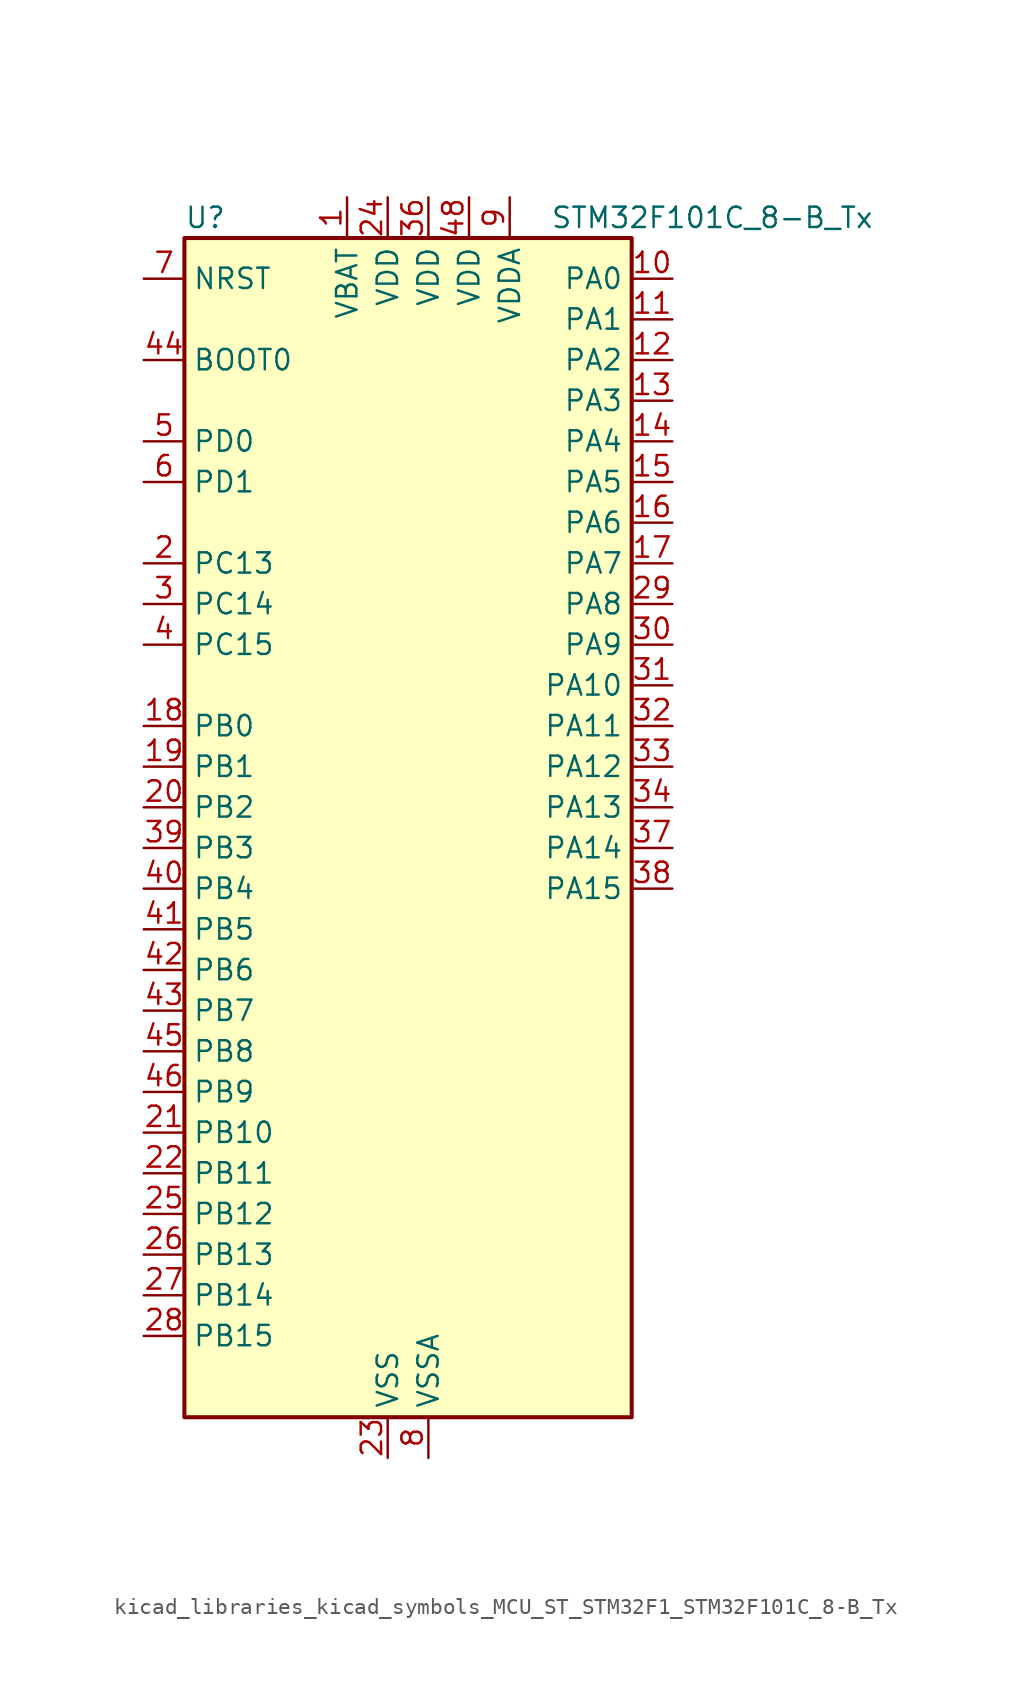
<source format=kicad_sym>
(kicad_symbol_lib
  (version 20220914)
  (generator kicad_symbol_editor)
  (symbol "kicad_libraries_kicad_symbols_MCU_ST_STM32F1_STM32F101C_8-B_Tx"
    (property "Reference" "U"
      (at -12.7 39.37 0)
      (effects (font (size 1.27 1.27)) (justify left)))
    (property "Value" "STM32F101C_8-B_Tx"
      (at 10.16 39.37 0)
      (effects (font (size 1.27 1.27)) (justify left)))
    (property "ki_locked" ""
      (at 0 0 0)
      (effects (font (size 1.27 1.27))))
    (symbol "kicad_libraries_kicad_symbols_MCU_ST_STM32F1_STM32F101C_8-B_Tx_0_1"
      (rectangle (start -12.7 -35.56) (end 15.24 38.1) (stroke (width 0.254) (type default)) (fill (type background))))
    (symbol "kicad_libraries_kicad_symbols_MCU_ST_STM32F1_STM32F101C_8-B_Tx_1_1"
      (pin power_in line (at -2.54 40.64 270) (length 2.54) (name "VBAT" (effects (font (size 1.27 1.27)))) (number "1" (effects (font (size 1.27 1.27)))))
      (pin bidirectional line (at 17.78 35.56 180) (length 2.54) (name "PA0" (effects (font (size 1.27 1.27)))) (number "10" (effects (font (size 1.27 1.27)))) (alternate "ADC1_IN0" bidirectional line) (alternate "SYS_WKUP" bidirectional line) (alternate "TIM2_CH1" bidirectional line) (alternate "TIM2_ETR" bidirectional line) (alternate "USART2_CTS" bidirectional line))
      (pin bidirectional line (at 17.78 33.02 180) (length 2.54) (name "PA1" (effects (font (size 1.27 1.27)))) (number "11" (effects (font (size 1.27 1.27)))) (alternate "ADC1_IN1" bidirectional line) (alternate "TIM2_CH2" bidirectional line) (alternate "USART2_RTS" bidirectional line))
      (pin bidirectional line (at 17.78 30.48 180) (length 2.54) (name "PA2" (effects (font (size 1.27 1.27)))) (number "12" (effects (font (size 1.27 1.27)))) (alternate "ADC1_IN2" bidirectional line) (alternate "TIM2_CH3" bidirectional line) (alternate "USART2_TX" bidirectional line))
      (pin bidirectional line (at 17.78 27.94 180) (length 2.54) (name "PA3" (effects (font (size 1.27 1.27)))) (number "13" (effects (font (size 1.27 1.27)))) (alternate "ADC1_IN3" bidirectional line) (alternate "TIM2_CH4" bidirectional line) (alternate "USART2_RX" bidirectional line))
      (pin bidirectional line (at 17.78 25.4 180) (length 2.54) (name "PA4" (effects (font (size 1.27 1.27)))) (number "14" (effects (font (size 1.27 1.27)))) (alternate "ADC1_IN4" bidirectional line) (alternate "SPI1_NSS" bidirectional line) (alternate "USART2_CK" bidirectional line))
      (pin bidirectional line (at 17.78 22.86 180) (length 2.54) (name "PA5" (effects (font (size 1.27 1.27)))) (number "15" (effects (font (size 1.27 1.27)))) (alternate "ADC1_IN5" bidirectional line) (alternate "SPI1_SCK" bidirectional line))
      (pin bidirectional line (at 17.78 20.32 180) (length 2.54) (name "PA6" (effects (font (size 1.27 1.27)))) (number "16" (effects (font (size 1.27 1.27)))) (alternate "ADC1_IN6" bidirectional line) (alternate "SPI1_MISO" bidirectional line) (alternate "TIM3_CH1" bidirectional line))
      (pin bidirectional line (at 17.78 17.78 180) (length 2.54) (name "PA7" (effects (font (size 1.27 1.27)))) (number "17" (effects (font (size 1.27 1.27)))) (alternate "ADC1_IN7" bidirectional line) (alternate "SPI1_MOSI" bidirectional line) (alternate "TIM3_CH2" bidirectional line))
      (pin bidirectional line (at -15.24 7.62 0) (length 2.54) (name "PB0" (effects (font (size 1.27 1.27)))) (number "18" (effects (font (size 1.27 1.27)))) (alternate "ADC1_IN8" bidirectional line) (alternate "TIM3_CH3" bidirectional line))
      (pin bidirectional line (at -15.24 5.08 0) (length 2.54) (name "PB1" (effects (font (size 1.27 1.27)))) (number "19" (effects (font (size 1.27 1.27)))) (alternate "ADC1_IN9" bidirectional line) (alternate "TIM3_CH4" bidirectional line))
      (pin bidirectional line (at -15.24 17.78 0) (length 2.54) (name "PC13" (effects (font (size 1.27 1.27)))) (number "2" (effects (font (size 1.27 1.27)))) (alternate "RTC_OUT" bidirectional line) (alternate "RTC_TAMPER" bidirectional line))
      (pin bidirectional line (at -15.24 2.54 0) (length 2.54) (name "PB2" (effects (font (size 1.27 1.27)))) (number "20" (effects (font (size 1.27 1.27)))))
      (pin bidirectional line (at -15.24 -17.78 0) (length 2.54) (name "PB10" (effects (font (size 1.27 1.27)))) (number "21" (effects (font (size 1.27 1.27)))) (alternate "I2C2_SCL" bidirectional line) (alternate "TIM2_CH3" bidirectional line) (alternate "USART3_TX" bidirectional line))
      (pin bidirectional line (at -15.24 -20.32 0) (length 2.54) (name "PB11" (effects (font (size 1.27 1.27)))) (number "22" (effects (font (size 1.27 1.27)))) (alternate "ADC1_EXTI11" bidirectional line) (alternate "I2C2_SDA" bidirectional line) (alternate "TIM2_CH4" bidirectional line) (alternate "USART3_RX" bidirectional line))
      (pin power_in line (at 0 -38.1 90) (length 2.54) (name "VSS" (effects (font (size 1.27 1.27)))) (number "23" (effects (font (size 1.27 1.27)))))
      (pin power_in line (at 0 40.64 270) (length 2.54) (name "VDD" (effects (font (size 1.27 1.27)))) (number "24" (effects (font (size 1.27 1.27)))))
      (pin bidirectional line (at -15.24 -22.86 0) (length 2.54) (name "PB12" (effects (font (size 1.27 1.27)))) (number "25" (effects (font (size 1.27 1.27)))) (alternate "I2C2_SMBA" bidirectional line) (alternate "SPI2_NSS" bidirectional line) (alternate "USART3_CK" bidirectional line))
      (pin bidirectional line (at -15.24 -25.4 0) (length 2.54) (name "PB13" (effects (font (size 1.27 1.27)))) (number "26" (effects (font (size 1.27 1.27)))) (alternate "SPI2_SCK" bidirectional line) (alternate "USART3_CTS" bidirectional line))
      (pin bidirectional line (at -15.24 -27.94 0) (length 2.54) (name "PB14" (effects (font (size 1.27 1.27)))) (number "27" (effects (font (size 1.27 1.27)))) (alternate "SPI2_MISO" bidirectional line) (alternate "USART3_RTS" bidirectional line))
      (pin bidirectional line (at -15.24 -30.48 0) (length 2.54) (name "PB15" (effects (font (size 1.27 1.27)))) (number "28" (effects (font (size 1.27 1.27)))) (alternate "ADC1_EXTI15" bidirectional line) (alternate "SPI2_MOSI" bidirectional line))
      (pin bidirectional line (at 17.78 15.24 180) (length 2.54) (name "PA8" (effects (font (size 1.27 1.27)))) (number "29" (effects (font (size 1.27 1.27)))) (alternate "RCC_MCO" bidirectional line) (alternate "USART1_CK" bidirectional line))
      (pin bidirectional line (at -15.24 15.24 0) (length 2.54) (name "PC14" (effects (font (size 1.27 1.27)))) (number "3" (effects (font (size 1.27 1.27)))) (alternate "RCC_OSC32_IN" bidirectional line))
      (pin bidirectional line (at 17.78 12.7 180) (length 2.54) (name "PA9" (effects (font (size 1.27 1.27)))) (number "30" (effects (font (size 1.27 1.27)))) (alternate "USART1_TX" bidirectional line))
      (pin bidirectional line (at 17.78 10.16 180) (length 2.54) (name "PA10" (effects (font (size 1.27 1.27)))) (number "31" (effects (font (size 1.27 1.27)))) (alternate "USART1_RX" bidirectional line))
      (pin bidirectional line (at 17.78 7.62 180) (length 2.54) (name "PA11" (effects (font (size 1.27 1.27)))) (number "32" (effects (font (size 1.27 1.27)))) (alternate "ADC1_EXTI11" bidirectional line) (alternate "USART1_CTS" bidirectional line))
      (pin bidirectional line (at 17.78 5.08 180) (length 2.54) (name "PA12" (effects (font (size 1.27 1.27)))) (number "33" (effects (font (size 1.27 1.27)))) (alternate "USART1_RTS" bidirectional line))
      (pin bidirectional line (at 17.78 2.54 180) (length 2.54) (name "PA13" (effects (font (size 1.27 1.27)))) (number "34" (effects (font (size 1.27 1.27)))) (alternate "SYS_JTMS-SWDIO" bidirectional line))
      (pin passive line (at 0 -38.1 90) (length 2.54) hide (name "VSS" (effects (font (size 1.27 1.27)))) (number "35" (effects (font (size 1.27 1.27)))))
      (pin power_in line (at 2.54 40.64 270) (length 2.54) (name "VDD" (effects (font (size 1.27 1.27)))) (number "36" (effects (font (size 1.27 1.27)))))
      (pin bidirectional line (at 17.78 0 180) (length 2.54) (name "PA14" (effects (font (size 1.27 1.27)))) (number "37" (effects (font (size 1.27 1.27)))) (alternate "SYS_JTCK-SWCLK" bidirectional line))
      (pin bidirectional line (at 17.78 -2.54 180) (length 2.54) (name "PA15" (effects (font (size 1.27 1.27)))) (number "38" (effects (font (size 1.27 1.27)))) (alternate "ADC1_EXTI15" bidirectional line) (alternate "SPI1_NSS" bidirectional line) (alternate "SYS_JTDI" bidirectional line) (alternate "TIM2_CH1" bidirectional line) (alternate "TIM2_ETR" bidirectional line))
      (pin bidirectional line (at -15.24 0 0) (length 2.54) (name "PB3" (effects (font (size 1.27 1.27)))) (number "39" (effects (font (size 1.27 1.27)))) (alternate "SPI1_SCK" bidirectional line) (alternate "SYS_JTDO-TRACESWO" bidirectional line) (alternate "TIM2_CH2" bidirectional line))
      (pin bidirectional line (at -15.24 12.7 0) (length 2.54) (name "PC15" (effects (font (size 1.27 1.27)))) (number "4" (effects (font (size 1.27 1.27)))) (alternate "ADC1_EXTI15" bidirectional line) (alternate "RCC_OSC32_OUT" bidirectional line))
      (pin bidirectional line (at -15.24 -2.54 0) (length 2.54) (name "PB4" (effects (font (size 1.27 1.27)))) (number "40" (effects (font (size 1.27 1.27)))) (alternate "SPI1_MISO" bidirectional line) (alternate "SYS_NJTRST" bidirectional line) (alternate "TIM3_CH1" bidirectional line))
      (pin bidirectional line (at -15.24 -5.08 0) (length 2.54) (name "PB5" (effects (font (size 1.27 1.27)))) (number "41" (effects (font (size 1.27 1.27)))) (alternate "I2C1_SMBA" bidirectional line) (alternate "SPI1_MOSI" bidirectional line) (alternate "TIM3_CH2" bidirectional line))
      (pin bidirectional line (at -15.24 -7.62 0) (length 2.54) (name "PB6" (effects (font (size 1.27 1.27)))) (number "42" (effects (font (size 1.27 1.27)))) (alternate "I2C1_SCL" bidirectional line) (alternate "TIM4_CH1" bidirectional line) (alternate "USART1_TX" bidirectional line))
      (pin bidirectional line (at -15.24 -10.16 0) (length 2.54) (name "PB7" (effects (font (size 1.27 1.27)))) (number "43" (effects (font (size 1.27 1.27)))) (alternate "I2C1_SDA" bidirectional line) (alternate "TIM4_CH2" bidirectional line) (alternate "USART1_RX" bidirectional line))
      (pin input line (at -15.24 30.48 0) (length 2.54) (name "BOOT0" (effects (font (size 1.27 1.27)))) (number "44" (effects (font (size 1.27 1.27)))))
      (pin bidirectional line (at -15.24 -12.7 0) (length 2.54) (name "PB8" (effects (font (size 1.27 1.27)))) (number "45" (effects (font (size 1.27 1.27)))) (alternate "I2C1_SCL" bidirectional line) (alternate "TIM4_CH3" bidirectional line))
      (pin bidirectional line (at -15.24 -15.24 0) (length 2.54) (name "PB9" (effects (font (size 1.27 1.27)))) (number "46" (effects (font (size 1.27 1.27)))) (alternate "I2C1_SDA" bidirectional line) (alternate "TIM4_CH4" bidirectional line))
      (pin passive line (at 0 -38.1 90) (length 2.54) hide (name "VSS" (effects (font (size 1.27 1.27)))) (number "47" (effects (font (size 1.27 1.27)))))
      (pin power_in line (at 5.08 40.64 270) (length 2.54) (name "VDD" (effects (font (size 1.27 1.27)))) (number "48" (effects (font (size 1.27 1.27)))))
      (pin bidirectional line (at -15.24 25.4 0) (length 2.54) (name "PD0" (effects (font (size 1.27 1.27)))) (number "5" (effects (font (size 1.27 1.27)))) (alternate "RCC_OSC_IN" bidirectional line))
      (pin bidirectional line (at -15.24 22.86 0) (length 2.54) (name "PD1" (effects (font (size 1.27 1.27)))) (number "6" (effects (font (size 1.27 1.27)))) (alternate "RCC_OSC_OUT" bidirectional line))
      (pin input line (at -15.24 35.56 0) (length 2.54) (name "NRST" (effects (font (size 1.27 1.27)))) (number "7" (effects (font (size 1.27 1.27)))))
      (pin power_in line (at 2.54 -38.1 90) (length 2.54) (name "VSSA" (effects (font (size 1.27 1.27)))) (number "8" (effects (font (size 1.27 1.27)))))
      (pin power_in line (at 7.62 40.64 270) (length 2.54) (name "VDDA" (effects (font (size 1.27 1.27)))) (number "9" (effects (font (size 1.27 1.27))))))))
</source>
